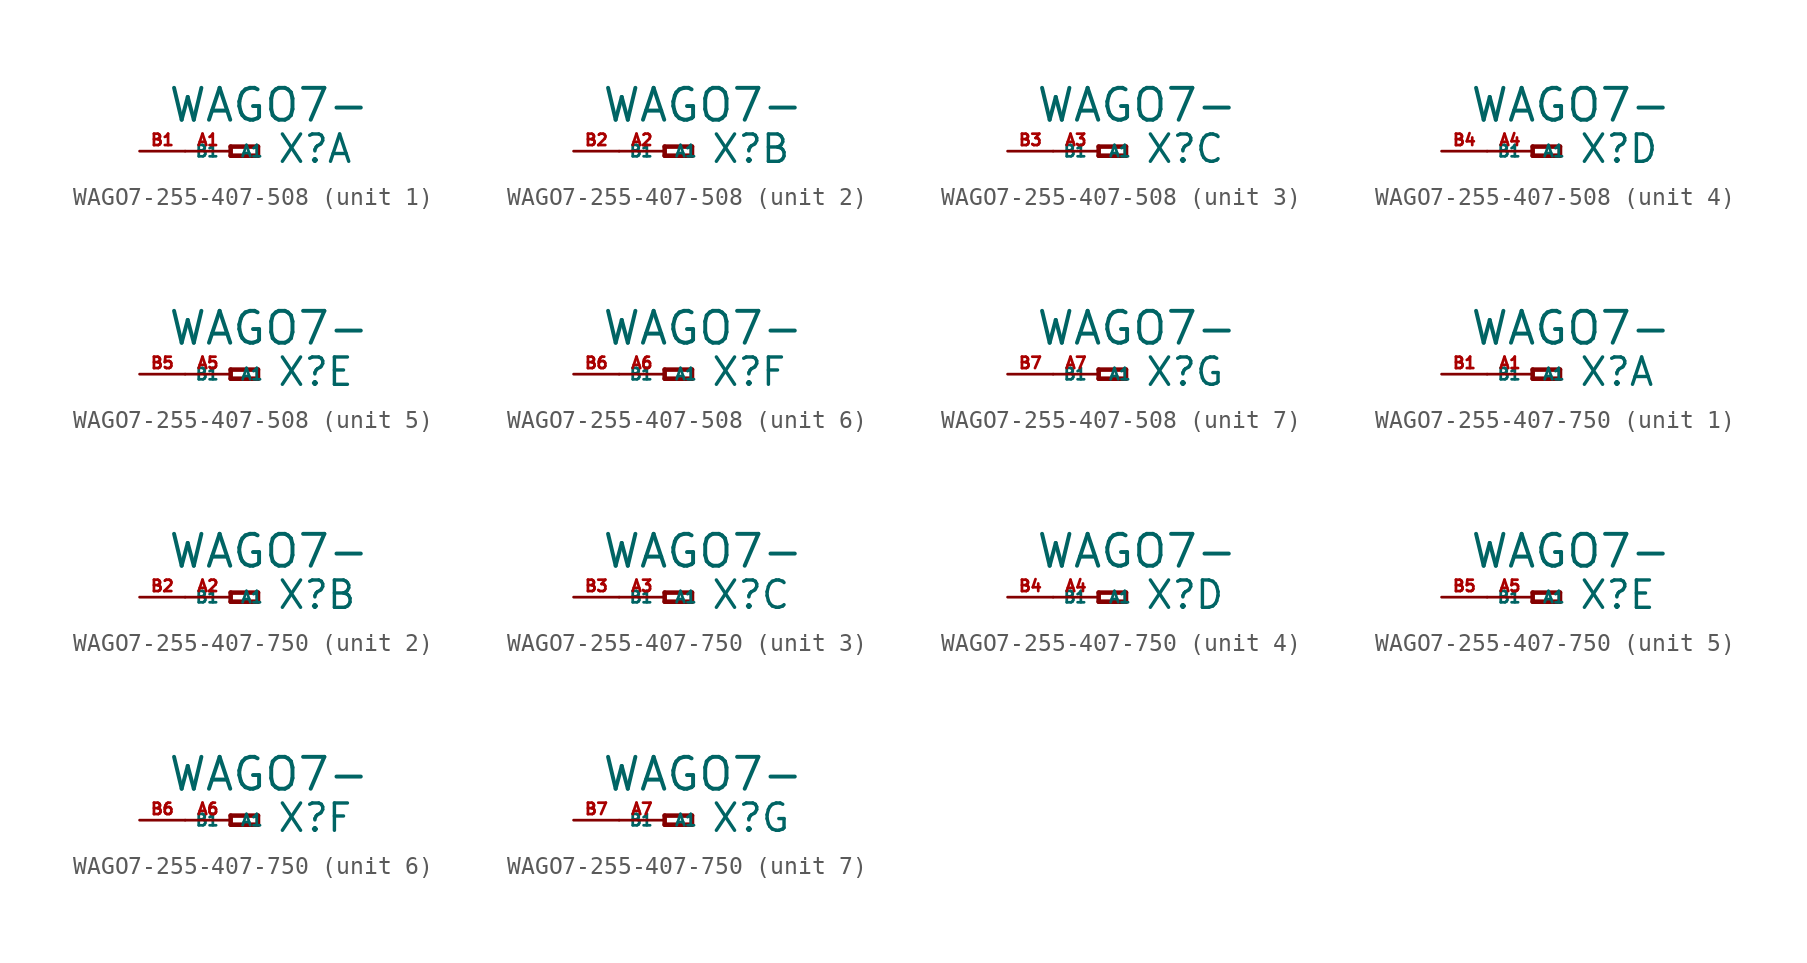
<source format=kicad_sym>
(kicad_symbol_lib
  (version 20220914)
  (generator Eagle2Kicad)
  (symbol "WAGO7-255-407-508"
    (property "Reference" "X"
      (at 2.54 -0.762 0)
      (effects (font (size 1.524 1.524) (thickness 0.19)) (justify left bottom)))
    (property "Value" "WAGO7-"
      (at -3.556 1.524 0)
      (effects (font (size 1.778 1.778) (thickness 0.22)) (justify left bottom)))
    (symbol "WAGO7-255-407-508_1_0"
      (polyline (pts (xy 0 0.254) (xy 0 -0.254)) (stroke (width 0.254) (type default)) (fill (type none)))
      (polyline (pts (xy 0 -0.254) (xy 1.524 -0.254)) (stroke (width 0.254) (type default)) (fill (type none)))
      (polyline (pts (xy 1.524 -0.254) (xy 1.524 0.254)) (stroke (width 0.254) (type default)) (fill (type none)))
      (polyline (pts (xy 1.524 0.254) (xy 0 0.254)) (stroke (width 0.254) (type default)) (fill (type none)))
      (pin passive line (at -2.54 0 0) (length 2.54) (name "A1" (effects (font (size 0.635 0.635) (thickness 0.08)) (justify left bottom))) (number "A1" (effects (font (size 0.635 0.635) (thickness 0.08)) (justify left bottom))))
      (pin passive line (at -5.08 0 0) (length 2.54) (name "B1" (effects (font (size 0.635 0.635) (thickness 0.08)) (justify left bottom))) (number "B1" (effects (font (size 0.635 0.635) (thickness 0.08)) (justify left bottom)))))
    (symbol "WAGO7-255-407-508_2_0"
      (polyline (pts (xy 0 0.254) (xy 0 -0.254)) (stroke (width 0.254) (type default)) (fill (type none)))
      (polyline (pts (xy 0 -0.254) (xy 1.524 -0.254)) (stroke (width 0.254) (type default)) (fill (type none)))
      (polyline (pts (xy 1.524 -0.254) (xy 1.524 0.254)) (stroke (width 0.254) (type default)) (fill (type none)))
      (polyline (pts (xy 1.524 0.254) (xy 0 0.254)) (stroke (width 0.254) (type default)) (fill (type none)))
      (pin passive line (at -2.54 0 0) (length 2.54) (name "A1" (effects (font (size 0.635 0.635) (thickness 0.08)) (justify left bottom))) (number "A2" (effects (font (size 0.635 0.635) (thickness 0.08)) (justify left bottom))))
      (pin passive line (at -5.08 0 0) (length 2.54) (name "B1" (effects (font (size 0.635 0.635) (thickness 0.08)) (justify left bottom))) (number "B2" (effects (font (size 0.635 0.635) (thickness 0.08)) (justify left bottom)))))
    (symbol "WAGO7-255-407-508_3_0"
      (polyline (pts (xy 0 0.254) (xy 0 -0.254)) (stroke (width 0.254) (type default)) (fill (type none)))
      (polyline (pts (xy 0 -0.254) (xy 1.524 -0.254)) (stroke (width 0.254) (type default)) (fill (type none)))
      (polyline (pts (xy 1.524 -0.254) (xy 1.524 0.254)) (stroke (width 0.254) (type default)) (fill (type none)))
      (polyline (pts (xy 1.524 0.254) (xy 0 0.254)) (stroke (width 0.254) (type default)) (fill (type none)))
      (pin passive line (at -2.54 0 0) (length 2.54) (name "A1" (effects (font (size 0.635 0.635) (thickness 0.08)) (justify left bottom))) (number "A3" (effects (font (size 0.635 0.635) (thickness 0.08)) (justify left bottom))))
      (pin passive line (at -5.08 0 0) (length 2.54) (name "B1" (effects (font (size 0.635 0.635) (thickness 0.08)) (justify left bottom))) (number "B3" (effects (font (size 0.635 0.635) (thickness 0.08)) (justify left bottom)))))
    (symbol "WAGO7-255-407-508_4_0"
      (polyline (pts (xy 0 0.254) (xy 0 -0.254)) (stroke (width 0.254) (type default)) (fill (type none)))
      (polyline (pts (xy 0 -0.254) (xy 1.524 -0.254)) (stroke (width 0.254) (type default)) (fill (type none)))
      (polyline (pts (xy 1.524 -0.254) (xy 1.524 0.254)) (stroke (width 0.254) (type default)) (fill (type none)))
      (polyline (pts (xy 1.524 0.254) (xy 0 0.254)) (stroke (width 0.254) (type default)) (fill (type none)))
      (pin passive line (at -2.54 0 0) (length 2.54) (name "A1" (effects (font (size 0.635 0.635) (thickness 0.08)) (justify left bottom))) (number "A4" (effects (font (size 0.635 0.635) (thickness 0.08)) (justify left bottom))))
      (pin passive line (at -5.08 0 0) (length 2.54) (name "B1" (effects (font (size 0.635 0.635) (thickness 0.08)) (justify left bottom))) (number "B4" (effects (font (size 0.635 0.635) (thickness 0.08)) (justify left bottom)))))
    (symbol "WAGO7-255-407-508_5_0"
      (polyline (pts (xy 0 0.254) (xy 0 -0.254)) (stroke (width 0.254) (type default)) (fill (type none)))
      (polyline (pts (xy 0 -0.254) (xy 1.524 -0.254)) (stroke (width 0.254) (type default)) (fill (type none)))
      (polyline (pts (xy 1.524 -0.254) (xy 1.524 0.254)) (stroke (width 0.254) (type default)) (fill (type none)))
      (polyline (pts (xy 1.524 0.254) (xy 0 0.254)) (stroke (width 0.254) (type default)) (fill (type none)))
      (pin passive line (at -2.54 0 0) (length 2.54) (name "A1" (effects (font (size 0.635 0.635) (thickness 0.08)) (justify left bottom))) (number "A5" (effects (font (size 0.635 0.635) (thickness 0.08)) (justify left bottom))))
      (pin passive line (at -5.08 0 0) (length 2.54) (name "B1" (effects (font (size 0.635 0.635) (thickness 0.08)) (justify left bottom))) (number "B5" (effects (font (size 0.635 0.635) (thickness 0.08)) (justify left bottom)))))
    (symbol "WAGO7-255-407-508_6_0"
      (polyline (pts (xy 0 0.254) (xy 0 -0.254)) (stroke (width 0.254) (type default)) (fill (type none)))
      (polyline (pts (xy 0 -0.254) (xy 1.524 -0.254)) (stroke (width 0.254) (type default)) (fill (type none)))
      (polyline (pts (xy 1.524 -0.254) (xy 1.524 0.254)) (stroke (width 0.254) (type default)) (fill (type none)))
      (polyline (pts (xy 1.524 0.254) (xy 0 0.254)) (stroke (width 0.254) (type default)) (fill (type none)))
      (pin passive line (at -2.54 0 0) (length 2.54) (name "A1" (effects (font (size 0.635 0.635) (thickness 0.08)) (justify left bottom))) (number "A6" (effects (font (size 0.635 0.635) (thickness 0.08)) (justify left bottom))))
      (pin passive line (at -5.08 0 0) (length 2.54) (name "B1" (effects (font (size 0.635 0.635) (thickness 0.08)) (justify left bottom))) (number "B6" (effects (font (size 0.635 0.635) (thickness 0.08)) (justify left bottom)))))
    (symbol "WAGO7-255-407-508_7_0"
      (polyline (pts (xy 0 0.254) (xy 0 -0.254)) (stroke (width 0.254) (type default)) (fill (type none)))
      (polyline (pts (xy 0 -0.254) (xy 1.524 -0.254)) (stroke (width 0.254) (type default)) (fill (type none)))
      (polyline (pts (xy 1.524 -0.254) (xy 1.524 0.254)) (stroke (width 0.254) (type default)) (fill (type none)))
      (polyline (pts (xy 1.524 0.254) (xy 0 0.254)) (stroke (width 0.254) (type default)) (fill (type none)))
      (pin passive line (at -2.54 0 0) (length 2.54) (name "A1" (effects (font (size 0.635 0.635) (thickness 0.08)) (justify left bottom))) (number "A7" (effects (font (size 0.635 0.635) (thickness 0.08)) (justify left bottom))))
      (pin passive line (at -5.08 0 0) (length 2.54) (name "B1" (effects (font (size 0.635 0.635) (thickness 0.08)) (justify left bottom))) (number "B7" (effects (font (size 0.635 0.635) (thickness 0.08)) (justify left bottom))))))
  (symbol "WAGO7-255-407-750"
    (property "Reference" "X"
      (at 2.54 -0.762 0)
      (effects (font (size 1.524 1.524) (thickness 0.19)) (justify left bottom)))
    (property "Value" "WAGO7-"
      (at -3.556 1.524 0)
      (effects (font (size 1.778 1.778) (thickness 0.22)) (justify left bottom)))
    (symbol "WAGO7-255-407-750_1_0"
      (polyline (pts (xy 0 0.254) (xy 0 -0.254)) (stroke (width 0.254) (type default)) (fill (type none)))
      (polyline (pts (xy 0 -0.254) (xy 1.524 -0.254)) (stroke (width 0.254) (type default)) (fill (type none)))
      (polyline (pts (xy 1.524 -0.254) (xy 1.524 0.254)) (stroke (width 0.254) (type default)) (fill (type none)))
      (polyline (pts (xy 1.524 0.254) (xy 0 0.254)) (stroke (width 0.254) (type default)) (fill (type none)))
      (pin passive line (at -2.54 0 0) (length 2.54) (name "A1" (effects (font (size 0.635 0.635) (thickness 0.08)) (justify left bottom))) (number "A1" (effects (font (size 0.635 0.635) (thickness 0.08)) (justify left bottom))))
      (pin passive line (at -5.08 0 0) (length 2.54) (name "B1" (effects (font (size 0.635 0.635) (thickness 0.08)) (justify left bottom))) (number "B1" (effects (font (size 0.635 0.635) (thickness 0.08)) (justify left bottom)))))
    (symbol "WAGO7-255-407-750_2_0"
      (polyline (pts (xy 0 0.254) (xy 0 -0.254)) (stroke (width 0.254) (type default)) (fill (type none)))
      (polyline (pts (xy 0 -0.254) (xy 1.524 -0.254)) (stroke (width 0.254) (type default)) (fill (type none)))
      (polyline (pts (xy 1.524 -0.254) (xy 1.524 0.254)) (stroke (width 0.254) (type default)) (fill (type none)))
      (polyline (pts (xy 1.524 0.254) (xy 0 0.254)) (stroke (width 0.254) (type default)) (fill (type none)))
      (pin passive line (at -2.54 0 0) (length 2.54) (name "A1" (effects (font (size 0.635 0.635) (thickness 0.08)) (justify left bottom))) (number "A2" (effects (font (size 0.635 0.635) (thickness 0.08)) (justify left bottom))))
      (pin passive line (at -5.08 0 0) (length 2.54) (name "B1" (effects (font (size 0.635 0.635) (thickness 0.08)) (justify left bottom))) (number "B2" (effects (font (size 0.635 0.635) (thickness 0.08)) (justify left bottom)))))
    (symbol "WAGO7-255-407-750_3_0"
      (polyline (pts (xy 0 0.254) (xy 0 -0.254)) (stroke (width 0.254) (type default)) (fill (type none)))
      (polyline (pts (xy 0 -0.254) (xy 1.524 -0.254)) (stroke (width 0.254) (type default)) (fill (type none)))
      (polyline (pts (xy 1.524 -0.254) (xy 1.524 0.254)) (stroke (width 0.254) (type default)) (fill (type none)))
      (polyline (pts (xy 1.524 0.254) (xy 0 0.254)) (stroke (width 0.254) (type default)) (fill (type none)))
      (pin passive line (at -2.54 0 0) (length 2.54) (name "A1" (effects (font (size 0.635 0.635) (thickness 0.08)) (justify left bottom))) (number "A3" (effects (font (size 0.635 0.635) (thickness 0.08)) (justify left bottom))))
      (pin passive line (at -5.08 0 0) (length 2.54) (name "B1" (effects (font (size 0.635 0.635) (thickness 0.08)) (justify left bottom))) (number "B3" (effects (font (size 0.635 0.635) (thickness 0.08)) (justify left bottom)))))
    (symbol "WAGO7-255-407-750_4_0"
      (polyline (pts (xy 0 0.254) (xy 0 -0.254)) (stroke (width 0.254) (type default)) (fill (type none)))
      (polyline (pts (xy 0 -0.254) (xy 1.524 -0.254)) (stroke (width 0.254) (type default)) (fill (type none)))
      (polyline (pts (xy 1.524 -0.254) (xy 1.524 0.254)) (stroke (width 0.254) (type default)) (fill (type none)))
      (polyline (pts (xy 1.524 0.254) (xy 0 0.254)) (stroke (width 0.254) (type default)) (fill (type none)))
      (pin passive line (at -2.54 0 0) (length 2.54) (name "A1" (effects (font (size 0.635 0.635) (thickness 0.08)) (justify left bottom))) (number "A4" (effects (font (size 0.635 0.635) (thickness 0.08)) (justify left bottom))))
      (pin passive line (at -5.08 0 0) (length 2.54) (name "B1" (effects (font (size 0.635 0.635) (thickness 0.08)) (justify left bottom))) (number "B4" (effects (font (size 0.635 0.635) (thickness 0.08)) (justify left bottom)))))
    (symbol "WAGO7-255-407-750_5_0"
      (polyline (pts (xy 0 0.254) (xy 0 -0.254)) (stroke (width 0.254) (type default)) (fill (type none)))
      (polyline (pts (xy 0 -0.254) (xy 1.524 -0.254)) (stroke (width 0.254) (type default)) (fill (type none)))
      (polyline (pts (xy 1.524 -0.254) (xy 1.524 0.254)) (stroke (width 0.254) (type default)) (fill (type none)))
      (polyline (pts (xy 1.524 0.254) (xy 0 0.254)) (stroke (width 0.254) (type default)) (fill (type none)))
      (pin passive line (at -2.54 0 0) (length 2.54) (name "A1" (effects (font (size 0.635 0.635) (thickness 0.08)) (justify left bottom))) (number "A5" (effects (font (size 0.635 0.635) (thickness 0.08)) (justify left bottom))))
      (pin passive line (at -5.08 0 0) (length 2.54) (name "B1" (effects (font (size 0.635 0.635) (thickness 0.08)) (justify left bottom))) (number "B5" (effects (font (size 0.635 0.635) (thickness 0.08)) (justify left bottom)))))
    (symbol "WAGO7-255-407-750_6_0"
      (polyline (pts (xy 0 0.254) (xy 0 -0.254)) (stroke (width 0.254) (type default)) (fill (type none)))
      (polyline (pts (xy 0 -0.254) (xy 1.524 -0.254)) (stroke (width 0.254) (type default)) (fill (type none)))
      (polyline (pts (xy 1.524 -0.254) (xy 1.524 0.254)) (stroke (width 0.254) (type default)) (fill (type none)))
      (polyline (pts (xy 1.524 0.254) (xy 0 0.254)) (stroke (width 0.254) (type default)) (fill (type none)))
      (pin passive line (at -2.54 0 0) (length 2.54) (name "A1" (effects (font (size 0.635 0.635) (thickness 0.08)) (justify left bottom))) (number "A6" (effects (font (size 0.635 0.635) (thickness 0.08)) (justify left bottom))))
      (pin passive line (at -5.08 0 0) (length 2.54) (name "B1" (effects (font (size 0.635 0.635) (thickness 0.08)) (justify left bottom))) (number "B6" (effects (font (size 0.635 0.635) (thickness 0.08)) (justify left bottom)))))
    (symbol "WAGO7-255-407-750_7_0"
      (polyline (pts (xy 0 0.254) (xy 0 -0.254)) (stroke (width 0.254) (type default)) (fill (type none)))
      (polyline (pts (xy 0 -0.254) (xy 1.524 -0.254)) (stroke (width 0.254) (type default)) (fill (type none)))
      (polyline (pts (xy 1.524 -0.254) (xy 1.524 0.254)) (stroke (width 0.254) (type default)) (fill (type none)))
      (polyline (pts (xy 1.524 0.254) (xy 0 0.254)) (stroke (width 0.254) (type default)) (fill (type none)))
      (pin passive line (at -2.54 0 0) (length 2.54) (name "A1" (effects (font (size 0.635 0.635) (thickness 0.08)) (justify left bottom))) (number "A7" (effects (font (size 0.635 0.635) (thickness 0.08)) (justify left bottom))))
      (pin passive line (at -5.08 0 0) (length 2.54) (name "B1" (effects (font (size 0.635 0.635) (thickness 0.08)) (justify left bottom))) (number "B7" (effects (font (size 0.635 0.635) (thickness 0.08)) (justify left bottom)))))))
</source>
